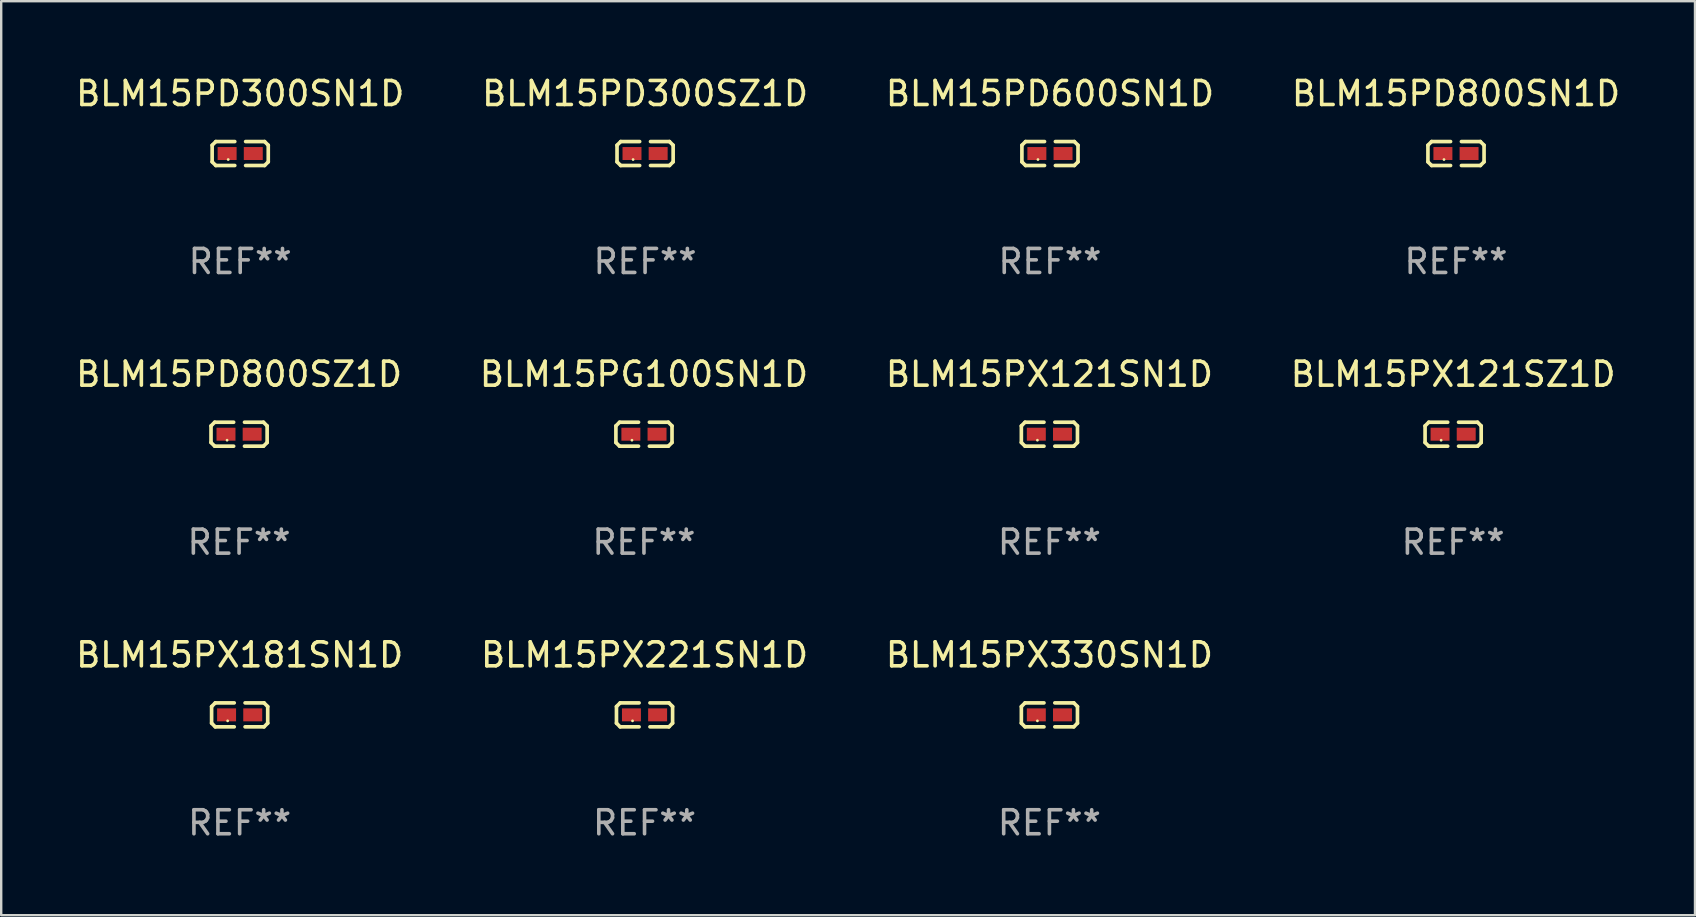
<source format=kicad_pcb>
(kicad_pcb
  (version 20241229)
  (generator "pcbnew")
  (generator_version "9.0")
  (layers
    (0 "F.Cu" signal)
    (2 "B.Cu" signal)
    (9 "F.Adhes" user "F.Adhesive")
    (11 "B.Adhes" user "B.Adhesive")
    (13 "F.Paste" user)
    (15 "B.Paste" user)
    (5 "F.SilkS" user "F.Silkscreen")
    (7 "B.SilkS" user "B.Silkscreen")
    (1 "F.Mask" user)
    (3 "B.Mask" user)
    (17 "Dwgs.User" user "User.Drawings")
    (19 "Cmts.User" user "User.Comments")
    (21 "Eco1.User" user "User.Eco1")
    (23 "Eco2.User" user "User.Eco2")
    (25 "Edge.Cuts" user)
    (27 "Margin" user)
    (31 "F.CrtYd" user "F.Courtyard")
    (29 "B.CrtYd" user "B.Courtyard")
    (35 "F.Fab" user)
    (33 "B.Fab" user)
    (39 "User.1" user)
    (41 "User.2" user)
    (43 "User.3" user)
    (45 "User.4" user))
  (footprint "BLM15PD300SZ1D"
    (layer "F.Cu")
    (at 23.827 3.347)
    (property "Reference" "BLM15PD300SZ1D" (at 0 -2.499 0) (layer "F.SilkS") (effects (font (size 1 1) (thickness 0.15))))
    (attr through_hole)
    (fp_line (start -1.169 -0.346) (end -1.016 -0.499) (stroke (width 0.152) (type solid)) (layer "F.SilkS"))
    (fp_line (start -1.169 0.346) (end -1.169 -0.346) (stroke (width 0.152) (type solid)) (layer "F.SilkS"))
    (fp_line (start -1.016 -0.499) (end -0.226 -0.499) (stroke (width 0.152) (type solid)) (layer "F.SilkS"))
    (fp_line (start -1.016 0.499) (end -1.169 0.346) (stroke (width 0.152) (type solid)) (layer "F.SilkS"))
    (fp_line (start -0.226 0.499) (end -1.016 0.499) (stroke (width 0.152) (type solid)) (layer "F.SilkS"))
    (fp_line (start 0.226 0.499) (end 1.016 0.499) (stroke (width 0.152) (type solid)) (layer "F.SilkS"))
    (fp_line (start 1.016 -0.499) (end 0.226 -0.499) (stroke (width 0.152) (type solid)) (layer "F.SilkS"))
    (fp_line (start 1.016 0.499) (end 1.169 0.346) (stroke (width 0.152) (type solid)) (layer "F.SilkS"))
    (fp_line (start 1.169 -0.346) (end 1.016 -0.499) (stroke (width 0.152) (type solid)) (layer "F.SilkS"))
    (fp_line (start 1.169 0.346) (end 1.169 -0.346) (stroke (width 0.152) (type solid)) (layer "F.SilkS"))
    (fp_circle (center -0.5 0.25) (end -0.47 0.25) (stroke (width 0.06) (type solid)) (fill no) (layer "F.SilkS"))
    (fp_text user "REF**" (at 0 4.499 0) (layer "F.Fab") (effects (font (size 1 1) (thickness 0.15))))
    (pad "1" smd rect (at -0.545 0) (size 0.79 0.54) (layers "F.Cu" "F.Mask" "F.Paste"))
    (pad "2" smd rect (at 0.545 0) (size 0.79 0.54) (layers "F.Cu" "F.Mask" "F.Paste")))
  (footprint "BLM15PG100SN1D"
    (layer "F.Cu")
    (at 23.78 15.041)
    (property "Reference" "BLM15PG100SN1D" (at 0 -2.499 0) (layer "F.SilkS") (effects (font (size 1 1) (thickness 0.15))))
    (attr through_hole)
    (fp_line (start -1.169 -0.346) (end -1.016 -0.499) (stroke (width 0.152) (type solid)) (layer "F.SilkS"))
    (fp_line (start -1.169 0.346) (end -1.169 -0.346) (stroke (width 0.152) (type solid)) (layer "F.SilkS"))
    (fp_line (start -1.016 -0.499) (end -0.226 -0.499) (stroke (width 0.152) (type solid)) (layer "F.SilkS"))
    (fp_line (start -1.016 0.499) (end -1.169 0.346) (stroke (width 0.152) (type solid)) (layer "F.SilkS"))
    (fp_line (start -0.226 0.499) (end -1.016 0.499) (stroke (width 0.152) (type solid)) (layer "F.SilkS"))
    (fp_line (start 0.226 0.499) (end 1.016 0.499) (stroke (width 0.152) (type solid)) (layer "F.SilkS"))
    (fp_line (start 1.016 -0.499) (end 0.226 -0.499) (stroke (width 0.152) (type solid)) (layer "F.SilkS"))
    (fp_line (start 1.016 0.499) (end 1.169 0.346) (stroke (width 0.152) (type solid)) (layer "F.SilkS"))
    (fp_line (start 1.169 -0.346) (end 1.016 -0.499) (stroke (width 0.152) (type solid)) (layer "F.SilkS"))
    (fp_line (start 1.169 0.346) (end 1.169 -0.346) (stroke (width 0.152) (type solid)) (layer "F.SilkS"))
    (fp_circle (center -0.5 0.25) (end -0.47 0.25) (stroke (width 0.06) (type solid)) (fill no) (layer "F.SilkS"))
    (fp_text user "REF**" (at 0 4.499 0) (layer "F.Fab") (effects (font (size 1 1) (thickness 0.15))))
    (pad "1" smd rect (at -0.545 0) (size 0.79 0.54) (layers "F.Cu" "F.Mask" "F.Paste"))
    (pad "2" smd rect (at 0.545 0) (size 0.79 0.54) (layers "F.Cu" "F.Mask" "F.Paste")))
  (footprint "BLM15PD600SN1D"
    (layer "F.Cu")
    (at 40.696 3.347)
    (property "Reference" "BLM15PD600SN1D" (at 0 -2.499 0) (layer "F.SilkS") (effects (font (size 1 1) (thickness 0.15))))
    (attr through_hole)
    (fp_line (start -1.169 -0.346) (end -1.016 -0.499) (stroke (width 0.152) (type solid)) (layer "F.SilkS"))
    (fp_line (start -1.169 0.346) (end -1.169 -0.346) (stroke (width 0.152) (type solid)) (layer "F.SilkS"))
    (fp_line (start -1.016 -0.499) (end -0.226 -0.499) (stroke (width 0.152) (type solid)) (layer "F.SilkS"))
    (fp_line (start -1.016 0.499) (end -1.169 0.346) (stroke (width 0.152) (type solid)) (layer "F.SilkS"))
    (fp_line (start -0.226 0.499) (end -1.016 0.499) (stroke (width 0.152) (type solid)) (layer "F.SilkS"))
    (fp_line (start 0.226 0.499) (end 1.016 0.499) (stroke (width 0.152) (type solid)) (layer "F.SilkS"))
    (fp_line (start 1.016 -0.499) (end 0.226 -0.499) (stroke (width 0.152) (type solid)) (layer "F.SilkS"))
    (fp_line (start 1.016 0.499) (end 1.169 0.346) (stroke (width 0.152) (type solid)) (layer "F.SilkS"))
    (fp_line (start 1.169 -0.346) (end 1.016 -0.499) (stroke (width 0.152) (type solid)) (layer "F.SilkS"))
    (fp_line (start 1.169 0.346) (end 1.169 -0.346) (stroke (width 0.152) (type solid)) (layer "F.SilkS"))
    (fp_circle (center -0.5 0.25) (end -0.47 0.25) (stroke (width 0.06) (type solid)) (fill no) (layer "F.SilkS"))
    (fp_text user "REF**" (at 0 4.499 0) (layer "F.Fab") (effects (font (size 1 1) (thickness 0.15))))
    (pad "1" smd rect (at -0.545 0) (size 0.79 0.54) (layers "F.Cu" "F.Mask" "F.Paste"))
    (pad "2" smd rect (at 0.545 0) (size 0.79 0.54) (layers "F.Cu" "F.Mask" "F.Paste")))
  (footprint "BLM15PD300SN1D"
    (layer "F.Cu")
    (at 6.958 3.347)
    (property "Reference" "BLM15PD300SN1D" (at 0 -2.499 0) (layer "F.SilkS") (effects (font (size 1 1) (thickness 0.15))))
    (attr through_hole)
    (fp_line (start -1.169 -0.346) (end -1.016 -0.499) (stroke (width 0.152) (type solid)) (layer "F.SilkS"))
    (fp_line (start -1.169 0.346) (end -1.169 -0.346) (stroke (width 0.152) (type solid)) (layer "F.SilkS"))
    (fp_line (start -1.016 -0.499) (end -0.226 -0.499) (stroke (width 0.152) (type solid)) (layer "F.SilkS"))
    (fp_line (start -1.016 0.499) (end -1.169 0.346) (stroke (width 0.152) (type solid)) (layer "F.SilkS"))
    (fp_line (start -0.226 0.499) (end -1.016 0.499) (stroke (width 0.152) (type solid)) (layer "F.SilkS"))
    (fp_line (start 0.226 0.499) (end 1.016 0.499) (stroke (width 0.152) (type solid)) (layer "F.SilkS"))
    (fp_line (start 1.016 -0.499) (end 0.226 -0.499) (stroke (width 0.152) (type solid)) (layer "F.SilkS"))
    (fp_line (start 1.016 0.499) (end 1.169 0.346) (stroke (width 0.152) (type solid)) (layer "F.SilkS"))
    (fp_line (start 1.169 -0.346) (end 1.016 -0.499) (stroke (width 0.152) (type solid)) (layer "F.SilkS"))
    (fp_line (start 1.169 0.346) (end 1.169 -0.346) (stroke (width 0.152) (type solid)) (layer "F.SilkS"))
    (fp_circle (center -0.5 0.25) (end -0.47 0.25) (stroke (width 0.06) (type solid)) (fill no) (layer "F.SilkS"))
    (fp_text user "REF**" (at 0 4.499 0) (layer "F.Fab") (effects (font (size 1 1) (thickness 0.15))))
    (pad "1" smd rect (at -0.545 0) (size 0.79 0.54) (layers "F.Cu" "F.Mask" "F.Paste"))
    (pad "2" smd rect (at 0.545 0) (size 0.79 0.54) (layers "F.Cu" "F.Mask" "F.Paste")))
  (footprint "BLM15PX181SN1D"
    (layer "F.Cu")
    (at 6.935 26.734)
    (property "Reference" "BLM15PX181SN1D" (at 0 -2.499 0) (layer "F.SilkS") (effects (font (size 1 1) (thickness 0.15))))
    (attr through_hole)
    (fp_line (start -1.169 -0.346) (end -1.016 -0.499) (stroke (width 0.152) (type solid)) (layer "F.SilkS"))
    (fp_line (start -1.169 0.346) (end -1.169 -0.346) (stroke (width 0.152) (type solid)) (layer "F.SilkS"))
    (fp_line (start -1.016 -0.499) (end -0.226 -0.499) (stroke (width 0.152) (type solid)) (layer "F.SilkS"))
    (fp_line (start -1.016 0.499) (end -1.169 0.346) (stroke (width 0.152) (type solid)) (layer "F.SilkS"))
    (fp_line (start -0.226 0.499) (end -1.016 0.499) (stroke (width 0.152) (type solid)) (layer "F.SilkS"))
    (fp_line (start 0.226 0.499) (end 1.016 0.499) (stroke (width 0.152) (type solid)) (layer "F.SilkS"))
    (fp_line (start 1.016 -0.499) (end 0.226 -0.499) (stroke (width 0.152) (type solid)) (layer "F.SilkS"))
    (fp_line (start 1.016 0.499) (end 1.169 0.346) (stroke (width 0.152) (type solid)) (layer "F.SilkS"))
    (fp_line (start 1.169 -0.346) (end 1.016 -0.499) (stroke (width 0.152) (type solid)) (layer "F.SilkS"))
    (fp_line (start 1.169 0.346) (end 1.169 -0.346) (stroke (width 0.152) (type solid)) (layer "F.SilkS"))
    (fp_circle (center -0.5 0.25) (end -0.47 0.25) (stroke (width 0.06) (type solid)) (fill no) (layer "F.SilkS"))
    (fp_text user "REF**" (at 0 4.499 0) (layer "F.Fab") (effects (font (size 1 1) (thickness 0.15))))
    (pad "1" smd rect (at -0.545 0) (size 0.79 0.54) (layers "F.Cu" "F.Mask" "F.Paste"))
    (pad "2" smd rect (at 0.545 0) (size 0.79 0.54) (layers "F.Cu" "F.Mask" "F.Paste")))
  (footprint "BLM15PX221SN1D"
    (layer "F.Cu")
    (at 23.804 26.734)
    (property "Reference" "BLM15PX221SN1D" (at 0 -2.499 0) (layer "F.SilkS") (effects (font (size 1 1) (thickness 0.15))))
    (attr through_hole)
    (fp_line (start -1.169 -0.346) (end -1.016 -0.499) (stroke (width 0.152) (type solid)) (layer "F.SilkS"))
    (fp_line (start -1.169 0.346) (end -1.169 -0.346) (stroke (width 0.152) (type solid)) (layer "F.SilkS"))
    (fp_line (start -1.016 -0.499) (end -0.226 -0.499) (stroke (width 0.152) (type solid)) (layer "F.SilkS"))
    (fp_line (start -1.016 0.499) (end -1.169 0.346) (stroke (width 0.152) (type solid)) (layer "F.SilkS"))
    (fp_line (start -0.226 0.499) (end -1.016 0.499) (stroke (width 0.152) (type solid)) (layer "F.SilkS"))
    (fp_line (start 0.226 0.499) (end 1.016 0.499) (stroke (width 0.152) (type solid)) (layer "F.SilkS"))
    (fp_line (start 1.016 -0.499) (end 0.226 -0.499) (stroke (width 0.152) (type solid)) (layer "F.SilkS"))
    (fp_line (start 1.016 0.499) (end 1.169 0.346) (stroke (width 0.152) (type solid)) (layer "F.SilkS"))
    (fp_line (start 1.169 -0.346) (end 1.016 -0.499) (stroke (width 0.152) (type solid)) (layer "F.SilkS"))
    (fp_line (start 1.169 0.346) (end 1.169 -0.346) (stroke (width 0.152) (type solid)) (layer "F.SilkS"))
    (fp_circle (center -0.5 0.25) (end -0.47 0.25) (stroke (width 0.06) (type solid)) (fill no) (layer "F.SilkS"))
    (fp_text user "REF**" (at 0 4.499 0) (layer "F.Fab") (effects (font (size 1 1) (thickness 0.15))))
    (pad "1" smd rect (at -0.545 0) (size 0.79 0.54) (layers "F.Cu" "F.Mask" "F.Paste"))
    (pad "2" smd rect (at 0.545 0) (size 0.79 0.54) (layers "F.Cu" "F.Mask" "F.Paste")))
  (footprint "BLM15PX121SN1D"
    (layer "F.Cu")
    (at 40.673 15.041)
    (property "Reference" "BLM15PX121SN1D" (at 0 -2.499 0) (layer "F.SilkS") (effects (font (size 1 1) (thickness 0.15))))
    (attr through_hole)
    (fp_line (start -1.169 -0.346) (end -1.016 -0.499) (stroke (width 0.152) (type solid)) (layer "F.SilkS"))
    (fp_line (start -1.169 0.346) (end -1.169 -0.346) (stroke (width 0.152) (type solid)) (layer "F.SilkS"))
    (fp_line (start -1.016 -0.499) (end -0.226 -0.499) (stroke (width 0.152) (type solid)) (layer "F.SilkS"))
    (fp_line (start -1.016 0.499) (end -1.169 0.346) (stroke (width 0.152) (type solid)) (layer "F.SilkS"))
    (fp_line (start -0.226 0.499) (end -1.016 0.499) (stroke (width 0.152) (type solid)) (layer "F.SilkS"))
    (fp_line (start 0.226 0.499) (end 1.016 0.499) (stroke (width 0.152) (type solid)) (layer "F.SilkS"))
    (fp_line (start 1.016 -0.499) (end 0.226 -0.499) (stroke (width 0.152) (type solid)) (layer "F.SilkS"))
    (fp_line (start 1.016 0.499) (end 1.169 0.346) (stroke (width 0.152) (type solid)) (layer "F.SilkS"))
    (fp_line (start 1.169 -0.346) (end 1.016 -0.499) (stroke (width 0.152) (type solid)) (layer "F.SilkS"))
    (fp_line (start 1.169 0.346) (end 1.169 -0.346) (stroke (width 0.152) (type solid)) (layer "F.SilkS"))
    (fp_circle (center -0.5 0.25) (end -0.47 0.25) (stroke (width 0.06) (type solid)) (fill no) (layer "F.SilkS"))
    (fp_text user "REF**" (at 0 4.499 0) (layer "F.Fab") (effects (font (size 1 1) (thickness 0.15))))
    (pad "1" smd rect (at -0.545 0) (size 0.79 0.54) (layers "F.Cu" "F.Mask" "F.Paste"))
    (pad "2" smd rect (at 0.545 0) (size 0.79 0.54) (layers "F.Cu" "F.Mask" "F.Paste")))
  (footprint "BLM15PD800SZ1D"
    (layer "F.Cu")
    (at 6.911 15.041)
    (property "Reference" "BLM15PD800SZ1D" (at 0 -2.499 0) (layer "F.SilkS") (effects (font (size 1 1) (thickness 0.15))))
    (attr through_hole)
    (fp_line (start -1.169 -0.346) (end -1.016 -0.499) (stroke (width 0.152) (type solid)) (layer "F.SilkS"))
    (fp_line (start -1.169 0.346) (end -1.169 -0.346) (stroke (width 0.152) (type solid)) (layer "F.SilkS"))
    (fp_line (start -1.016 -0.499) (end -0.226 -0.499) (stroke (width 0.152) (type solid)) (layer "F.SilkS"))
    (fp_line (start -1.016 0.499) (end -1.169 0.346) (stroke (width 0.152) (type solid)) (layer "F.SilkS"))
    (fp_line (start -0.226 0.499) (end -1.016 0.499) (stroke (width 0.152) (type solid)) (layer "F.SilkS"))
    (fp_line (start 0.226 0.499) (end 1.016 0.499) (stroke (width 0.152) (type solid)) (layer "F.SilkS"))
    (fp_line (start 1.016 -0.499) (end 0.226 -0.499) (stroke (width 0.152) (type solid)) (layer "F.SilkS"))
    (fp_line (start 1.016 0.499) (end 1.169 0.346) (stroke (width 0.152) (type solid)) (layer "F.SilkS"))
    (fp_line (start 1.169 -0.346) (end 1.016 -0.499) (stroke (width 0.152) (type solid)) (layer "F.SilkS"))
    (fp_line (start 1.169 0.346) (end 1.169 -0.346) (stroke (width 0.152) (type solid)) (layer "F.SilkS"))
    (fp_circle (center -0.5 0.25) (end -0.47 0.25) (stroke (width 0.06) (type solid)) (fill no) (layer "F.SilkS"))
    (fp_text user "REF**" (at 0 4.499 0) (layer "F.Fab") (effects (font (size 1 1) (thickness 0.15))))
    (pad "1" smd rect (at -0.545 0) (size 0.79 0.54) (layers "F.Cu" "F.Mask" "F.Paste"))
    (pad "2" smd rect (at 0.545 0) (size 0.79 0.54) (layers "F.Cu" "F.Mask" "F.Paste")))
  (footprint "BLM15PD800SN1D"
    (layer "F.Cu")
    (at 57.613 3.347)
    (property "Reference" "BLM15PD800SN1D" (at 0 -2.499 0) (layer "F.SilkS") (effects (font (size 1 1) (thickness 0.15))))
    (attr through_hole)
    (fp_line (start -1.169 -0.346) (end -1.016 -0.499) (stroke (width 0.152) (type solid)) (layer "F.SilkS"))
    (fp_line (start -1.169 0.346) (end -1.169 -0.346) (stroke (width 0.152) (type solid)) (layer "F.SilkS"))
    (fp_line (start -1.016 -0.499) (end -0.226 -0.499) (stroke (width 0.152) (type solid)) (layer "F.SilkS"))
    (fp_line (start -1.016 0.499) (end -1.169 0.346) (stroke (width 0.152) (type solid)) (layer "F.SilkS"))
    (fp_line (start -0.226 0.499) (end -1.016 0.499) (stroke (width 0.152) (type solid)) (layer "F.SilkS"))
    (fp_line (start 0.226 0.499) (end 1.016 0.499) (stroke (width 0.152) (type solid)) (layer "F.SilkS"))
    (fp_line (start 1.016 -0.499) (end 0.226 -0.499) (stroke (width 0.152) (type solid)) (layer "F.SilkS"))
    (fp_line (start 1.016 0.499) (end 1.169 0.346) (stroke (width 0.152) (type solid)) (layer "F.SilkS"))
    (fp_line (start 1.169 -0.346) (end 1.016 -0.499) (stroke (width 0.152) (type solid)) (layer "F.SilkS"))
    (fp_line (start 1.169 0.346) (end 1.169 -0.346) (stroke (width 0.152) (type solid)) (layer "F.SilkS"))
    (fp_circle (center -0.5 0.25) (end -0.47 0.25) (stroke (width 0.06) (type solid)) (fill no) (layer "F.SilkS"))
    (fp_text user "REF**" (at 0 4.499 0) (layer "F.Fab") (effects (font (size 1 1) (thickness 0.15))))
    (pad "1" smd rect (at -0.545 0) (size 0.79 0.54) (layers "F.Cu" "F.Mask" "F.Paste"))
    (pad "2" smd rect (at 0.545 0) (size 0.79 0.54) (layers "F.Cu" "F.Mask" "F.Paste")))
  (footprint "BLM15PX121SZ1D"
    (layer "F.Cu")
    (at 57.494 15.041)
    (property "Reference" "BLM15PX121SZ1D" (at 0 -2.499 0) (layer "F.SilkS") (effects (font (size 1 1) (thickness 0.15))))
    (attr through_hole)
    (fp_line (start -1.169 -0.346) (end -1.016 -0.499) (stroke (width 0.152) (type solid)) (layer "F.SilkS"))
    (fp_line (start -1.169 0.346) (end -1.169 -0.346) (stroke (width 0.152) (type solid)) (layer "F.SilkS"))
    (fp_line (start -1.016 -0.499) (end -0.226 -0.499) (stroke (width 0.152) (type solid)) (layer "F.SilkS"))
    (fp_line (start -1.016 0.499) (end -1.169 0.346) (stroke (width 0.152) (type solid)) (layer "F.SilkS"))
    (fp_line (start -0.226 0.499) (end -1.016 0.499) (stroke (width 0.152) (type solid)) (layer "F.SilkS"))
    (fp_line (start 0.226 0.499) (end 1.016 0.499) (stroke (width 0.152) (type solid)) (layer "F.SilkS"))
    (fp_line (start 1.016 -0.499) (end 0.226 -0.499) (stroke (width 0.152) (type solid)) (layer "F.SilkS"))
    (fp_line (start 1.016 0.499) (end 1.169 0.346) (stroke (width 0.152) (type solid)) (layer "F.SilkS"))
    (fp_line (start 1.169 -0.346) (end 1.016 -0.499) (stroke (width 0.152) (type solid)) (layer "F.SilkS"))
    (fp_line (start 1.169 0.346) (end 1.169 -0.346) (stroke (width 0.152) (type solid)) (layer "F.SilkS"))
    (fp_circle (center -0.5 0.25) (end -0.47 0.25) (stroke (width 0.06) (type solid)) (fill no) (layer "F.SilkS"))
    (fp_text user "REF**" (at 0 4.499 0) (layer "F.Fab") (effects (font (size 1 1) (thickness 0.15))))
    (pad "1" smd rect (at -0.545 0) (size 0.79 0.54) (layers "F.Cu" "F.Mask" "F.Paste"))
    (pad "2" smd rect (at 0.545 0) (size 0.79 0.54) (layers "F.Cu" "F.Mask" "F.Paste")))
  (footprint "BLM15PX330SN1D"
    (layer "F.Cu")
    (at 40.673 26.734)
    (property "Reference" "BLM15PX330SN1D" (at 0 -2.499 0) (layer "F.SilkS") (effects (font (size 1 1) (thickness 0.15))))
    (attr through_hole)
    (fp_line (start -1.169 -0.346) (end -1.016 -0.499) (stroke (width 0.152) (type solid)) (layer "F.SilkS"))
    (fp_line (start -1.169 0.346) (end -1.169 -0.346) (stroke (width 0.152) (type solid)) (layer "F.SilkS"))
    (fp_line (start -1.016 -0.499) (end -0.226 -0.499) (stroke (width 0.152) (type solid)) (layer "F.SilkS"))
    (fp_line (start -1.016 0.499) (end -1.169 0.346) (stroke (width 0.152) (type solid)) (layer "F.SilkS"))
    (fp_line (start -0.226 0.499) (end -1.016 0.499) (stroke (width 0.152) (type solid)) (layer "F.SilkS"))
    (fp_line (start 0.226 0.499) (end 1.016 0.499) (stroke (width 0.152) (type solid)) (layer "F.SilkS"))
    (fp_line (start 1.016 -0.499) (end 0.226 -0.499) (stroke (width 0.152) (type solid)) (layer "F.SilkS"))
    (fp_line (start 1.016 0.499) (end 1.169 0.346) (stroke (width 0.152) (type solid)) (layer "F.SilkS"))
    (fp_line (start 1.169 -0.346) (end 1.016 -0.499) (stroke (width 0.152) (type solid)) (layer "F.SilkS"))
    (fp_line (start 1.169 0.346) (end 1.169 -0.346) (stroke (width 0.152) (type solid)) (layer "F.SilkS"))
    (fp_circle (center -0.5 0.25) (end -0.47 0.25) (stroke (width 0.06) (type solid)) (fill no) (layer "F.SilkS"))
    (fp_text user "REF**" (at 0 4.499 0) (layer "F.Fab") (effects (font (size 1 1) (thickness 0.15))))
    (pad "1" smd rect (at -0.545 0) (size 0.79 0.54) (layers "F.Cu" "F.Mask" "F.Paste"))
    (pad "2" smd rect (at 0.545 0) (size 0.79 0.54) (layers "F.Cu" "F.Mask" "F.Paste")))
  (gr_rect
    (start -3 -3)
    (end 67.571 35.081)
    (stroke (width 0.1) (type default))
    (fill no)
    (layer "Edge.Cuts")))
</source>
